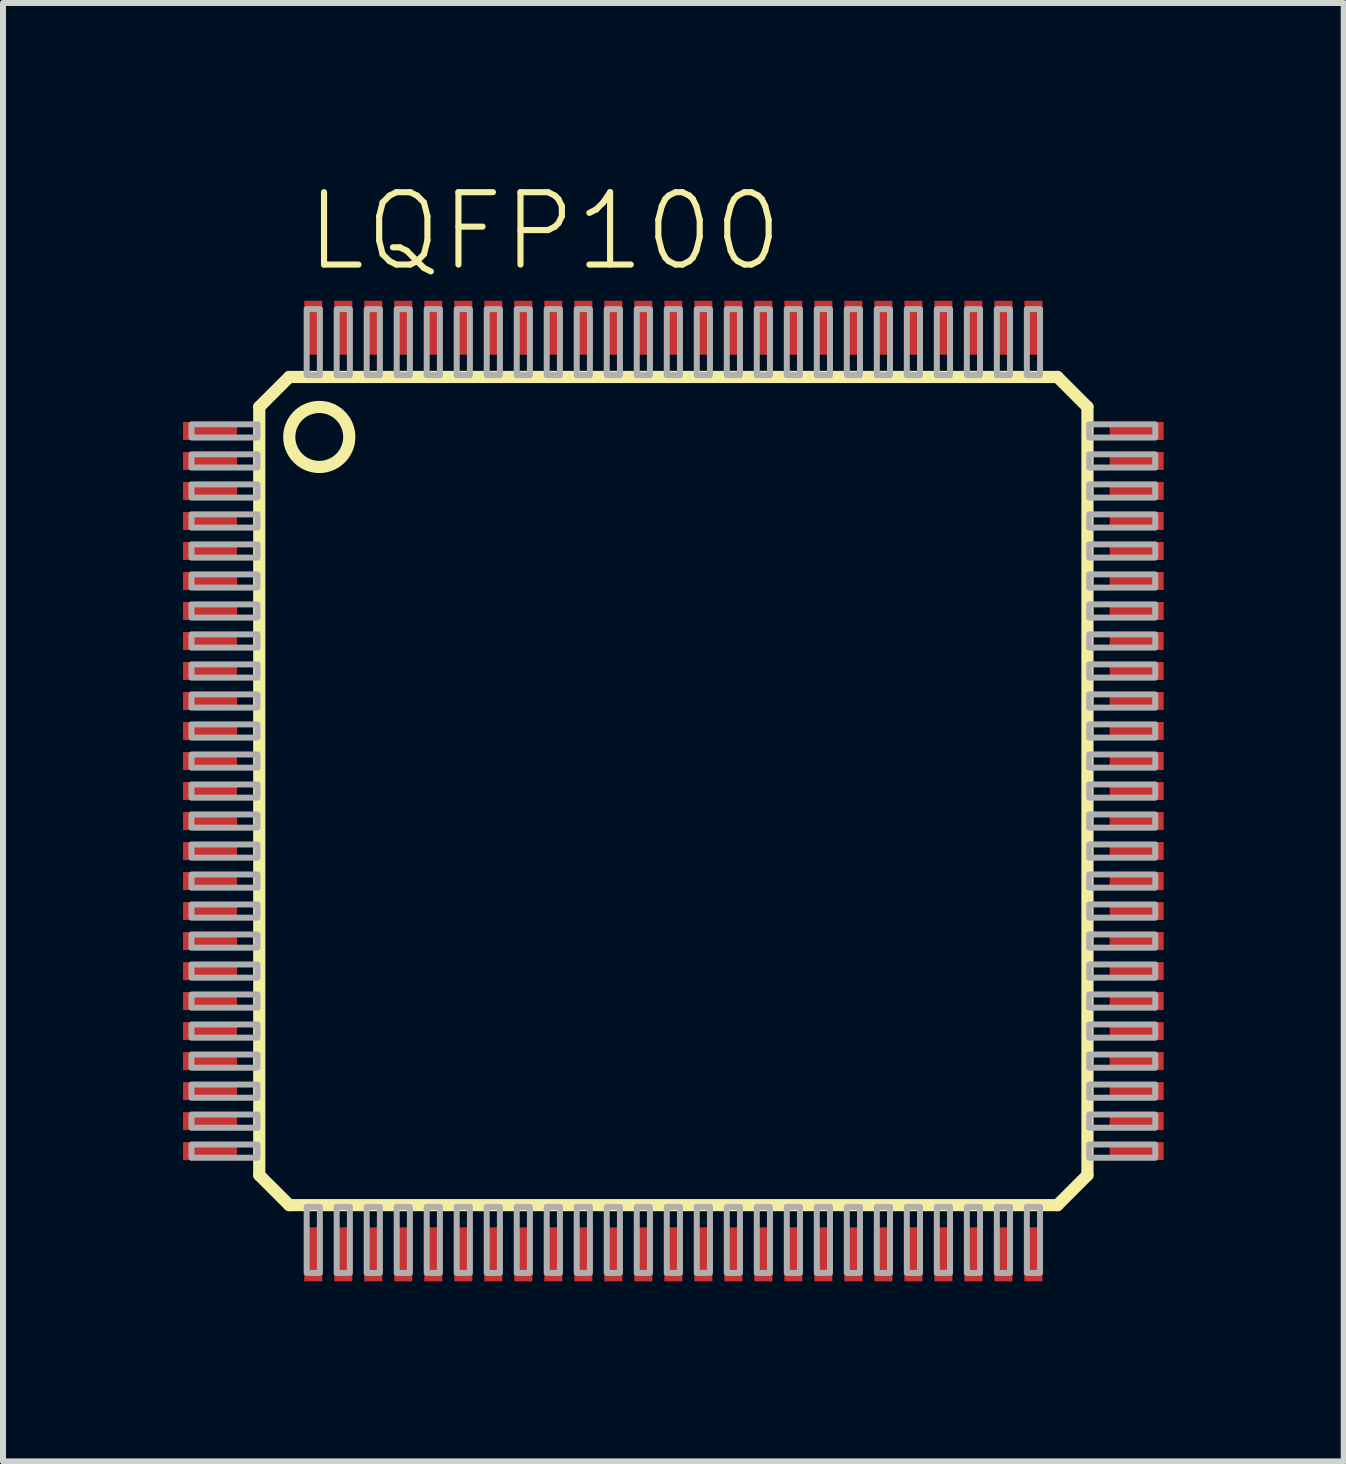
<source format=kicad_pcb>
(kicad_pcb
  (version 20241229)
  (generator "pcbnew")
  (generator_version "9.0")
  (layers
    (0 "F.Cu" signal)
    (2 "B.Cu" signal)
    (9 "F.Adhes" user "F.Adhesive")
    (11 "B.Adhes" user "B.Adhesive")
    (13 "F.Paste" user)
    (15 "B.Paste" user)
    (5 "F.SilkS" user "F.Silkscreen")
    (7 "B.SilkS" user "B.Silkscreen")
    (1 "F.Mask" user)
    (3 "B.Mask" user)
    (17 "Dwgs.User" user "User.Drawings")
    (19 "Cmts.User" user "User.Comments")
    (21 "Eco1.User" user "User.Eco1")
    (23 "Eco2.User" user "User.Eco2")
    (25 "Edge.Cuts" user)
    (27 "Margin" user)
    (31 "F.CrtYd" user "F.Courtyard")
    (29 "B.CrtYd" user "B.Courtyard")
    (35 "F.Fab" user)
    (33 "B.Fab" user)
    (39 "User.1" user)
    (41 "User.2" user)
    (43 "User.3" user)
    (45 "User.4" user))
  (footprint "LQFP100"
    (layer "F.Cu")
    (at 8.17 10.131)
    (property "Reference" "LQFP100" (at -6.175 -8.62 0) (layer "F.SilkS") (effects (font (size 1.206 1.206) (thickness 0.102)) (justify left bottom)))
    (attr through_hole)
    (fp_line (start -6.9 -6.4) (end -6.9 6.4) (stroke (width 0.203) (type solid)) (layer "F.SilkS"))
    (fp_line (start -6.4 -6.9) (end -6.9 -6.4) (stroke (width 0.203) (type solid)) (layer "F.SilkS"))
    (fp_line (start -6.4 6.9) (end -6.9 6.4) (stroke (width 0.203) (type solid)) (layer "F.SilkS"))
    (fp_line (start -6.4 6.9) (end 6.4 6.9) (stroke (width 0.203) (type solid)) (layer "F.SilkS"))
    (fp_line (start 6.4 -6.9) (end -6.4 -6.9) (stroke (width 0.203) (type solid)) (layer "F.SilkS"))
    (fp_line (start 6.4 -6.9) (end 6.9 -6.4) (stroke (width 0.203) (type solid)) (layer "F.SilkS"))
    (fp_line (start 6.4 6.9) (end 6.9 6.4) (stroke (width 0.203) (type solid)) (layer "F.SilkS"))
    (fp_line (start 6.9 6.4) (end 6.9 -6.4) (stroke (width 0.203) (type solid)) (layer "F.SilkS"))
    (fp_circle (center -5.9 -5.9) (end -5.4 -5.9) (stroke (width 0.203) (type solid)) (fill no) (layer "F.SilkS"))
    (fp_poly (pts (xy -8.03 -5.89) (xy -6.93 -5.89) (xy -6.93 -6.11) (xy -8.03 -6.11)) (stroke (width 0.1) (type solid)) (fill no) (layer "F.Fab"))
    (fp_poly (pts (xy -8.03 -5.39) (xy -6.93 -5.39) (xy -6.93 -5.61) (xy -8.03 -5.61)) (stroke (width 0.1) (type solid)) (fill no) (layer "F.Fab"))
    (fp_poly (pts (xy -8.03 -4.89) (xy -6.93 -4.89) (xy -6.93 -5.11) (xy -8.03 -5.11)) (stroke (width 0.1) (type solid)) (fill no) (layer "F.Fab"))
    (fp_poly (pts (xy -8.03 -4.39) (xy -6.93 -4.39) (xy -6.93 -4.61) (xy -8.03 -4.61)) (stroke (width 0.1) (type solid)) (fill no) (layer "F.Fab"))
    (fp_poly (pts (xy -8.03 -3.89) (xy -6.93 -3.89) (xy -6.93 -4.11) (xy -8.03 -4.11)) (stroke (width 0.1) (type solid)) (fill no) (layer "F.Fab"))
    (fp_poly (pts (xy -8.03 -3.39) (xy -6.93 -3.39) (xy -6.93 -3.61) (xy -8.03 -3.61)) (stroke (width 0.1) (type solid)) (fill no) (layer "F.Fab"))
    (fp_poly (pts (xy -8.03 -2.89) (xy -6.93 -2.89) (xy -6.93 -3.11) (xy -8.03 -3.11)) (stroke (width 0.1) (type solid)) (fill no) (layer "F.Fab"))
    (fp_poly (pts (xy -8.03 -2.39) (xy -6.93 -2.39) (xy -6.93 -2.61) (xy -8.03 -2.61)) (stroke (width 0.1) (type solid)) (fill no) (layer "F.Fab"))
    (fp_poly (pts (xy -8.03 -1.89) (xy -6.93 -1.89) (xy -6.93 -2.11) (xy -8.03 -2.11)) (stroke (width 0.1) (type solid)) (fill no) (layer "F.Fab"))
    (fp_poly (pts (xy -8.03 -1.39) (xy -6.93 -1.39) (xy -6.93 -1.61) (xy -8.03 -1.61)) (stroke (width 0.1) (type solid)) (fill no) (layer "F.Fab"))
    (fp_poly (pts (xy -8.03 -0.89) (xy -6.93 -0.89) (xy -6.93 -1.11) (xy -8.03 -1.11)) (stroke (width 0.1) (type solid)) (fill no) (layer "F.Fab"))
    (fp_poly (pts (xy -8.03 -0.39) (xy -6.93 -0.39) (xy -6.93 -0.61) (xy -8.03 -0.61)) (stroke (width 0.1) (type solid)) (fill no) (layer "F.Fab"))
    (fp_poly (pts (xy -8.03 0.11) (xy -6.93 0.11) (xy -6.93 -0.11) (xy -8.03 -0.11)) (stroke (width 0.1) (type solid)) (fill no) (layer "F.Fab"))
    (fp_poly (pts (xy -8.03 0.61) (xy -6.93 0.61) (xy -6.93 0.39) (xy -8.03 0.39)) (stroke (width 0.1) (type solid)) (fill no) (layer "F.Fab"))
    (fp_poly (pts (xy -8.03 1.11) (xy -6.93 1.11) (xy -6.93 0.89) (xy -8.03 0.89)) (stroke (width 0.1) (type solid)) (fill no) (layer "F.Fab"))
    (fp_poly (pts (xy -8.03 1.61) (xy -6.93 1.61) (xy -6.93 1.39) (xy -8.03 1.39)) (stroke (width 0.1) (type solid)) (fill no) (layer "F.Fab"))
    (fp_poly (pts (xy -8.03 2.11) (xy -6.93 2.11) (xy -6.93 1.89) (xy -8.03 1.89)) (stroke (width 0.1) (type solid)) (fill no) (layer "F.Fab"))
    (fp_poly (pts (xy -8.03 2.61) (xy -6.93 2.61) (xy -6.93 2.39) (xy -8.03 2.39)) (stroke (width 0.1) (type solid)) (fill no) (layer "F.Fab"))
    (fp_poly (pts (xy -8.03 3.11) (xy -6.93 3.11) (xy -6.93 2.89) (xy -8.03 2.89)) (stroke (width 0.1) (type solid)) (fill no) (layer "F.Fab"))
    (fp_poly (pts (xy -8.03 3.61) (xy -6.93 3.61) (xy -6.93 3.39) (xy -8.03 3.39)) (stroke (width 0.1) (type solid)) (fill no) (layer "F.Fab"))
    (fp_poly (pts (xy -8.03 4.11) (xy -6.93 4.11) (xy -6.93 3.89) (xy -8.03 3.89)) (stroke (width 0.1) (type solid)) (fill no) (layer "F.Fab"))
    (fp_poly (pts (xy -8.03 4.61) (xy -6.93 4.61) (xy -6.93 4.39) (xy -8.03 4.39)) (stroke (width 0.1) (type solid)) (fill no) (layer "F.Fab"))
    (fp_poly (pts (xy -8.03 5.11) (xy -6.93 5.11) (xy -6.93 4.89) (xy -8.03 4.89)) (stroke (width 0.1) (type solid)) (fill no) (layer "F.Fab"))
    (fp_poly (pts (xy -8.03 5.61) (xy -6.93 5.61) (xy -6.93 5.39) (xy -8.03 5.39)) (stroke (width 0.1) (type solid)) (fill no) (layer "F.Fab"))
    (fp_poly (pts (xy -8.03 6.11) (xy -6.93 6.11) (xy -6.93 5.89) (xy -8.03 5.89)) (stroke (width 0.1) (type solid)) (fill no) (layer "F.Fab"))
    (fp_poly (pts (xy -6.11 -6.93) (xy -5.89 -6.93) (xy -5.89 -8.03) (xy -6.11 -8.03)) (stroke (width 0.1) (type solid)) (fill no) (layer "F.Fab"))
    (fp_poly (pts (xy -6.11 8.03) (xy -5.89 8.03) (xy -5.89 6.93) (xy -6.11 6.93)) (stroke (width 0.1) (type solid)) (fill no) (layer "F.Fab"))
    (fp_poly (pts (xy -5.61 -6.93) (xy -5.39 -6.93) (xy -5.39 -8.03) (xy -5.61 -8.03)) (stroke (width 0.1) (type solid)) (fill no) (layer "F.Fab"))
    (fp_poly (pts (xy -5.61 8.03) (xy -5.39 8.03) (xy -5.39 6.93) (xy -5.61 6.93)) (stroke (width 0.1) (type solid)) (fill no) (layer "F.Fab"))
    (fp_poly (pts (xy -5.11 -6.93) (xy -4.89 -6.93) (xy -4.89 -8.03) (xy -5.11 -8.03)) (stroke (width 0.1) (type solid)) (fill no) (layer "F.Fab"))
    (fp_poly (pts (xy -5.11 8.03) (xy -4.89 8.03) (xy -4.89 6.93) (xy -5.11 6.93)) (stroke (width 0.1) (type solid)) (fill no) (layer "F.Fab"))
    (fp_poly (pts (xy -4.61 -6.93) (xy -4.39 -6.93) (xy -4.39 -8.03) (xy -4.61 -8.03)) (stroke (width 0.1) (type solid)) (fill no) (layer "F.Fab"))
    (fp_poly (pts (xy -4.61 8.03) (xy -4.39 8.03) (xy -4.39 6.93) (xy -4.61 6.93)) (stroke (width 0.1) (type solid)) (fill no) (layer "F.Fab"))
    (fp_poly (pts (xy -4.11 -6.93) (xy -3.89 -6.93) (xy -3.89 -8.03) (xy -4.11 -8.03)) (stroke (width 0.1) (type solid)) (fill no) (layer "F.Fab"))
    (fp_poly (pts (xy -4.11 8.03) (xy -3.89 8.03) (xy -3.89 6.93) (xy -4.11 6.93)) (stroke (width 0.1) (type solid)) (fill no) (layer "F.Fab"))
    (fp_poly (pts (xy -3.61 -6.93) (xy -3.39 -6.93) (xy -3.39 -8.03) (xy -3.61 -8.03)) (stroke (width 0.1) (type solid)) (fill no) (layer "F.Fab"))
    (fp_poly (pts (xy -3.61 8.03) (xy -3.39 8.03) (xy -3.39 6.93) (xy -3.61 6.93)) (stroke (width 0.1) (type solid)) (fill no) (layer "F.Fab"))
    (fp_poly (pts (xy -3.11 -6.93) (xy -2.89 -6.93) (xy -2.89 -8.03) (xy -3.11 -8.03)) (stroke (width 0.1) (type solid)) (fill no) (layer "F.Fab"))
    (fp_poly (pts (xy -3.11 8.03) (xy -2.89 8.03) (xy -2.89 6.93) (xy -3.11 6.93)) (stroke (width 0.1) (type solid)) (fill no) (layer "F.Fab"))
    (fp_poly (pts (xy -2.61 -6.93) (xy -2.39 -6.93) (xy -2.39 -8.03) (xy -2.61 -8.03)) (stroke (width 0.1) (type solid)) (fill no) (layer "F.Fab"))
    (fp_poly (pts (xy -2.61 8.03) (xy -2.39 8.03) (xy -2.39 6.93) (xy -2.61 6.93)) (stroke (width 0.1) (type solid)) (fill no) (layer "F.Fab"))
    (fp_poly (pts (xy -2.11 -6.93) (xy -1.89 -6.93) (xy -1.89 -8.03) (xy -2.11 -8.03)) (stroke (width 0.1) (type solid)) (fill no) (layer "F.Fab"))
    (fp_poly (pts (xy -2.11 8.03) (xy -1.89 8.03) (xy -1.89 6.93) (xy -2.11 6.93)) (stroke (width 0.1) (type solid)) (fill no) (layer "F.Fab"))
    (fp_poly (pts (xy -1.61 -6.93) (xy -1.39 -6.93) (xy -1.39 -8.03) (xy -1.61 -8.03)) (stroke (width 0.1) (type solid)) (fill no) (layer "F.Fab"))
    (fp_poly (pts (xy -1.61 8.03) (xy -1.39 8.03) (xy -1.39 6.93) (xy -1.61 6.93)) (stroke (width 0.1) (type solid)) (fill no) (layer "F.Fab"))
    (fp_poly (pts (xy -1.11 -6.93) (xy -0.89 -6.93) (xy -0.89 -8.03) (xy -1.11 -8.03)) (stroke (width 0.1) (type solid)) (fill no) (layer "F.Fab"))
    (fp_poly (pts (xy -1.11 8.03) (xy -0.89 8.03) (xy -0.89 6.93) (xy -1.11 6.93)) (stroke (width 0.1) (type solid)) (fill no) (layer "F.Fab"))
    (fp_poly (pts (xy -0.61 -6.93) (xy -0.39 -6.93) (xy -0.39 -8.03) (xy -0.61 -8.03)) (stroke (width 0.1) (type solid)) (fill no) (layer "F.Fab"))
    (fp_poly (pts (xy -0.61 8.03) (xy -0.39 8.03) (xy -0.39 6.93) (xy -0.61 6.93)) (stroke (width 0.1) (type solid)) (fill no) (layer "F.Fab"))
    (fp_poly (pts (xy -0.11 -6.93) (xy 0.11 -6.93) (xy 0.11 -8.03) (xy -0.11 -8.03)) (stroke (width 0.1) (type solid)) (fill no) (layer "F.Fab"))
    (fp_poly (pts (xy -0.11 8.03) (xy 0.11 8.03) (xy 0.11 6.93) (xy -0.11 6.93)) (stroke (width 0.1) (type solid)) (fill no) (layer "F.Fab"))
    (fp_poly (pts (xy 0.39 -6.93) (xy 0.61 -6.93) (xy 0.61 -8.03) (xy 0.39 -8.03)) (stroke (width 0.1) (type solid)) (fill no) (layer "F.Fab"))
    (fp_poly (pts (xy 0.39 8.03) (xy 0.61 8.03) (xy 0.61 6.93) (xy 0.39 6.93)) (stroke (width 0.1) (type solid)) (fill no) (layer "F.Fab"))
    (fp_poly (pts (xy 0.89 -6.93) (xy 1.11 -6.93) (xy 1.11 -8.03) (xy 0.89 -8.03)) (stroke (width 0.1) (type solid)) (fill no) (layer "F.Fab"))
    (fp_poly (pts (xy 0.89 8.03) (xy 1.11 8.03) (xy 1.11 6.93) (xy 0.89 6.93)) (stroke (width 0.1) (type solid)) (fill no) (layer "F.Fab"))
    (fp_poly (pts (xy 1.39 -6.93) (xy 1.61 -6.93) (xy 1.61 -8.03) (xy 1.39 -8.03)) (stroke (width 0.1) (type solid)) (fill no) (layer "F.Fab"))
    (fp_poly (pts (xy 1.39 8.03) (xy 1.61 8.03) (xy 1.61 6.93) (xy 1.39 6.93)) (stroke (width 0.1) (type solid)) (fill no) (layer "F.Fab"))
    (fp_poly (pts (xy 1.89 -6.93) (xy 2.11 -6.93) (xy 2.11 -8.03) (xy 1.89 -8.03)) (stroke (width 0.1) (type solid)) (fill no) (layer "F.Fab"))
    (fp_poly (pts (xy 1.89 8.03) (xy 2.11 8.03) (xy 2.11 6.93) (xy 1.89 6.93)) (stroke (width 0.1) (type solid)) (fill no) (layer "F.Fab"))
    (fp_poly (pts (xy 2.39 -6.93) (xy 2.61 -6.93) (xy 2.61 -8.03) (xy 2.39 -8.03)) (stroke (width 0.1) (type solid)) (fill no) (layer "F.Fab"))
    (fp_poly (pts (xy 2.39 8.03) (xy 2.61 8.03) (xy 2.61 6.93) (xy 2.39 6.93)) (stroke (width 0.1) (type solid)) (fill no) (layer "F.Fab"))
    (fp_poly (pts (xy 2.89 -6.93) (xy 3.11 -6.93) (xy 3.11 -8.03) (xy 2.89 -8.03)) (stroke (width 0.1) (type solid)) (fill no) (layer "F.Fab"))
    (fp_poly (pts (xy 2.89 8.03) (xy 3.11 8.03) (xy 3.11 6.93) (xy 2.89 6.93)) (stroke (width 0.1) (type solid)) (fill no) (layer "F.Fab"))
    (fp_poly (pts (xy 3.39 -6.93) (xy 3.61 -6.93) (xy 3.61 -8.03) (xy 3.39 -8.03)) (stroke (width 0.1) (type solid)) (fill no) (layer "F.Fab"))
    (fp_poly (pts (xy 3.39 8.03) (xy 3.61 8.03) (xy 3.61 6.93) (xy 3.39 6.93)) (stroke (width 0.1) (type solid)) (fill no) (layer "F.Fab"))
    (fp_poly (pts (xy 3.89 -6.93) (xy 4.11 -6.93) (xy 4.11 -8.03) (xy 3.89 -8.03)) (stroke (width 0.1) (type solid)) (fill no) (layer "F.Fab"))
    (fp_poly (pts (xy 3.89 8.03) (xy 4.11 8.03) (xy 4.11 6.93) (xy 3.89 6.93)) (stroke (width 0.1) (type solid)) (fill no) (layer "F.Fab"))
    (fp_poly (pts (xy 4.39 -6.93) (xy 4.61 -6.93) (xy 4.61 -8.03) (xy 4.39 -8.03)) (stroke (width 0.1) (type solid)) (fill no) (layer "F.Fab"))
    (fp_poly (pts (xy 4.39 8.03) (xy 4.61 8.03) (xy 4.61 6.93) (xy 4.39 6.93)) (stroke (width 0.1) (type solid)) (fill no) (layer "F.Fab"))
    (fp_poly (pts (xy 4.89 -6.93) (xy 5.11 -6.93) (xy 5.11 -8.03) (xy 4.89 -8.03)) (stroke (width 0.1) (type solid)) (fill no) (layer "F.Fab"))
    (fp_poly (pts (xy 4.89 8.03) (xy 5.11 8.03) (xy 5.11 6.93) (xy 4.89 6.93)) (stroke (width 0.1) (type solid)) (fill no) (layer "F.Fab"))
    (fp_poly (pts (xy 5.39 -6.93) (xy 5.61 -6.93) (xy 5.61 -8.03) (xy 5.39 -8.03)) (stroke (width 0.1) (type solid)) (fill no) (layer "F.Fab"))
    (fp_poly (pts (xy 5.39 8.03) (xy 5.61 8.03) (xy 5.61 6.93) (xy 5.39 6.93)) (stroke (width 0.1) (type solid)) (fill no) (layer "F.Fab"))
    (fp_poly (pts (xy 5.89 -6.93) (xy 6.11 -6.93) (xy 6.11 -8.03) (xy 5.89 -8.03)) (stroke (width 0.1) (type solid)) (fill no) (layer "F.Fab"))
    (fp_poly (pts (xy 5.89 8.03) (xy 6.11 8.03) (xy 6.11 6.93) (xy 5.89 6.93)) (stroke (width 0.1) (type solid)) (fill no) (layer "F.Fab"))
    (fp_poly (pts (xy 6.93 -5.89) (xy 8.03 -5.89) (xy 8.03 -6.11) (xy 6.93 -6.11)) (stroke (width 0.1) (type solid)) (fill no) (layer "F.Fab"))
    (fp_poly (pts (xy 6.93 -5.39) (xy 8.03 -5.39) (xy 8.03 -5.61) (xy 6.93 -5.61)) (stroke (width 0.1) (type solid)) (fill no) (layer "F.Fab"))
    (fp_poly (pts (xy 6.93 -4.89) (xy 8.03 -4.89) (xy 8.03 -5.11) (xy 6.93 -5.11)) (stroke (width 0.1) (type solid)) (fill no) (layer "F.Fab"))
    (fp_poly (pts (xy 6.93 -4.39) (xy 8.03 -4.39) (xy 8.03 -4.61) (xy 6.93 -4.61)) (stroke (width 0.1) (type solid)) (fill no) (layer "F.Fab"))
    (fp_poly (pts (xy 6.93 -3.89) (xy 8.03 -3.89) (xy 8.03 -4.11) (xy 6.93 -4.11)) (stroke (width 0.1) (type solid)) (fill no) (layer "F.Fab"))
    (fp_poly (pts (xy 6.93 -3.39) (xy 8.03 -3.39) (xy 8.03 -3.61) (xy 6.93 -3.61)) (stroke (width 0.1) (type solid)) (fill no) (layer "F.Fab"))
    (fp_poly (pts (xy 6.93 -2.89) (xy 8.03 -2.89) (xy 8.03 -3.11) (xy 6.93 -3.11)) (stroke (width 0.1) (type solid)) (fill no) (layer "F.Fab"))
    (fp_poly (pts (xy 6.93 -2.39) (xy 8.03 -2.39) (xy 8.03 -2.61) (xy 6.93 -2.61)) (stroke (width 0.1) (type solid)) (fill no) (layer "F.Fab"))
    (fp_poly (pts (xy 6.93 -1.89) (xy 8.03 -1.89) (xy 8.03 -2.11) (xy 6.93 -2.11)) (stroke (width 0.1) (type solid)) (fill no) (layer "F.Fab"))
    (fp_poly (pts (xy 6.93 -1.39) (xy 8.03 -1.39) (xy 8.03 -1.61) (xy 6.93 -1.61)) (stroke (width 0.1) (type solid)) (fill no) (layer "F.Fab"))
    (fp_poly (pts (xy 6.93 -0.89) (xy 8.03 -0.89) (xy 8.03 -1.11) (xy 6.93 -1.11)) (stroke (width 0.1) (type solid)) (fill no) (layer "F.Fab"))
    (fp_poly (pts (xy 6.93 -0.39) (xy 8.03 -0.39) (xy 8.03 -0.61) (xy 6.93 -0.61)) (stroke (width 0.1) (type solid)) (fill no) (layer "F.Fab"))
    (fp_poly (pts (xy 6.93 0.11) (xy 8.03 0.11) (xy 8.03 -0.11) (xy 6.93 -0.11)) (stroke (width 0.1) (type solid)) (fill no) (layer "F.Fab"))
    (fp_poly (pts (xy 6.93 0.61) (xy 8.03 0.61) (xy 8.03 0.39) (xy 6.93 0.39)) (stroke (width 0.1) (type solid)) (fill no) (layer "F.Fab"))
    (fp_poly (pts (xy 6.93 1.11) (xy 8.03 1.11) (xy 8.03 0.89) (xy 6.93 0.89)) (stroke (width 0.1) (type solid)) (fill no) (layer "F.Fab"))
    (fp_poly (pts (xy 6.93 1.61) (xy 8.03 1.61) (xy 8.03 1.39) (xy 6.93 1.39)) (stroke (width 0.1) (type solid)) (fill no) (layer "F.Fab"))
    (fp_poly (pts (xy 6.93 2.11) (xy 8.03 2.11) (xy 8.03 1.89) (xy 6.93 1.89)) (stroke (width 0.1) (type solid)) (fill no) (layer "F.Fab"))
    (fp_poly (pts (xy 6.93 2.61) (xy 8.03 2.61) (xy 8.03 2.39) (xy 6.93 2.39)) (stroke (width 0.1) (type solid)) (fill no) (layer "F.Fab"))
    (fp_poly (pts (xy 6.93 3.11) (xy 8.03 3.11) (xy 8.03 2.89) (xy 6.93 2.89)) (stroke (width 0.1) (type solid)) (fill no) (layer "F.Fab"))
    (fp_poly (pts (xy 6.93 3.61) (xy 8.03 3.61) (xy 8.03 3.39) (xy 6.93 3.39)) (stroke (width 0.1) (type solid)) (fill no) (layer "F.Fab"))
    (fp_poly (pts (xy 6.93 4.11) (xy 8.03 4.11) (xy 8.03 3.89) (xy 6.93 3.89)) (stroke (width 0.1) (type solid)) (fill no) (layer "F.Fab"))
    (fp_poly (pts (xy 6.93 4.61) (xy 8.03 4.61) (xy 8.03 4.39) (xy 6.93 4.39)) (stroke (width 0.1) (type solid)) (fill no) (layer "F.Fab"))
    (fp_poly (pts (xy 6.93 5.11) (xy 8.03 5.11) (xy 8.03 4.89) (xy 6.93 4.89)) (stroke (width 0.1) (type solid)) (fill no) (layer "F.Fab"))
    (fp_poly (pts (xy 6.93 5.61) (xy 8.03 5.61) (xy 8.03 5.39) (xy 6.93 5.39)) (stroke (width 0.1) (type solid)) (fill no) (layer "F.Fab"))
    (fp_poly (pts (xy 6.93 6.11) (xy 8.03 6.11) (xy 8.03 5.89) (xy 6.93 5.89)) (stroke (width 0.1) (type solid)) (fill no) (layer "F.Fab"))
    (pad "1" smd rect (at -7.72 -6) (size 0.9 0.3) (layers "F.Cu" "F.Mask" "F.Paste"))
    (pad "2" smd rect (at -7.72 -5.5) (size 0.9 0.3) (layers "F.Cu" "F.Mask" "F.Paste"))
    (pad "3" smd rect (at -7.72 -5) (size 0.9 0.3) (layers "F.Cu" "F.Mask" "F.Paste"))
    (pad "4" smd rect (at -7.72 -4.5) (size 0.9 0.3) (layers "F.Cu" "F.Mask" "F.Paste"))
    (pad "5" smd rect (at -7.72 -4) (size 0.9 0.3) (layers "F.Cu" "F.Mask" "F.Paste"))
    (pad "6" smd rect (at -7.72 -3.5) (size 0.9 0.3) (layers "F.Cu" "F.Mask" "F.Paste"))
    (pad "7" smd rect (at -7.72 -3) (size 0.9 0.3) (layers "F.Cu" "F.Mask" "F.Paste"))
    (pad "8" smd rect (at -7.72 -2.5) (size 0.9 0.3) (layers "F.Cu" "F.Mask" "F.Paste"))
    (pad "9" smd rect (at -7.72 -2) (size 0.9 0.3) (layers "F.Cu" "F.Mask" "F.Paste"))
    (pad "10" smd rect (at -7.72 -1.5) (size 0.9 0.3) (layers "F.Cu" "F.Mask" "F.Paste"))
    (pad "11" smd rect (at -7.72 -1) (size 0.9 0.3) (layers "F.Cu" "F.Mask" "F.Paste"))
    (pad "12" smd rect (at -7.72 -0.5) (size 0.9 0.3) (layers "F.Cu" "F.Mask" "F.Paste"))
    (pad "13" smd rect (at -7.72 0) (size 0.9 0.3) (layers "F.Cu" "F.Mask" "F.Paste"))
    (pad "14" smd rect (at -7.72 0.5) (size 0.9 0.3) (layers "F.Cu" "F.Mask" "F.Paste"))
    (pad "15" smd rect (at -7.72 1) (size 0.9 0.3) (layers "F.Cu" "F.Mask" "F.Paste"))
    (pad "16" smd rect (at -7.72 1.5) (size 0.9 0.3) (layers "F.Cu" "F.Mask" "F.Paste"))
    (pad "17" smd rect (at -7.72 2) (size 0.9 0.3) (layers "F.Cu" "F.Mask" "F.Paste"))
    (pad "18" smd rect (at -7.72 2.5) (size 0.9 0.3) (layers "F.Cu" "F.Mask" "F.Paste"))
    (pad "19" smd rect (at -7.72 3) (size 0.9 0.3) (layers "F.Cu" "F.Mask" "F.Paste"))
    (pad "20" smd rect (at -7.72 3.5) (size 0.9 0.3) (layers "F.Cu" "F.Mask" "F.Paste"))
    (pad "21" smd rect (at -7.72 4) (size 0.9 0.3) (layers "F.Cu" "F.Mask" "F.Paste"))
    (pad "22" smd rect (at -7.72 4.5) (size 0.9 0.3) (layers "F.Cu" "F.Mask" "F.Paste"))
    (pad "23" smd rect (at -7.72 5) (size 0.9 0.3) (layers "F.Cu" "F.Mask" "F.Paste"))
    (pad "24" smd rect (at -7.72 5.5) (size 0.9 0.3) (layers "F.Cu" "F.Mask" "F.Paste"))
    (pad "25" smd rect (at -7.72 6) (size 0.9 0.3) (layers "F.Cu" "F.Mask" "F.Paste"))
    (pad "26" smd rect (at -6 7.72) (size 0.3 0.9) (layers "F.Cu" "F.Mask" "F.Paste"))
    (pad "27" smd rect (at -5.5 7.72) (size 0.3 0.9) (layers "F.Cu" "F.Mask" "F.Paste"))
    (pad "28" smd rect (at -5 7.72) (size 0.3 0.9) (layers "F.Cu" "F.Mask" "F.Paste"))
    (pad "29" smd rect (at -4.5 7.72) (size 0.3 0.9) (layers "F.Cu" "F.Mask" "F.Paste"))
    (pad "30" smd rect (at -4 7.72) (size 0.3 0.9) (layers "F.Cu" "F.Mask" "F.Paste"))
    (pad "31" smd rect (at -3.5 7.72) (size 0.3 0.9) (layers "F.Cu" "F.Mask" "F.Paste"))
    (pad "32" smd rect (at -3 7.72) (size 0.3 0.9) (layers "F.Cu" "F.Mask" "F.Paste"))
    (pad "33" smd rect (at -2.5 7.72) (size 0.3 0.9) (layers "F.Cu" "F.Mask" "F.Paste"))
    (pad "34" smd rect (at -2 7.72) (size 0.3 0.9) (layers "F.Cu" "F.Mask" "F.Paste"))
    (pad "35" smd rect (at -1.5 7.72) (size 0.3 0.9) (layers "F.Cu" "F.Mask" "F.Paste"))
    (pad "36" smd rect (at -1 7.72) (size 0.3 0.9) (layers "F.Cu" "F.Mask" "F.Paste"))
    (pad "37" smd rect (at -0.5 7.72) (size 0.3 0.9) (layers "F.Cu" "F.Mask" "F.Paste"))
    (pad "38" smd rect (at 0 7.72) (size 0.3 0.9) (layers "F.Cu" "F.Mask" "F.Paste"))
    (pad "39" smd rect (at 0.5 7.72) (size 0.3 0.9) (layers "F.Cu" "F.Mask" "F.Paste"))
    (pad "40" smd rect (at 1 7.72) (size 0.3 0.9) (layers "F.Cu" "F.Mask" "F.Paste"))
    (pad "41" smd rect (at 1.5 7.72) (size 0.3 0.9) (layers "F.Cu" "F.Mask" "F.Paste"))
    (pad "42" smd rect (at 2 7.72) (size 0.3 0.9) (layers "F.Cu" "F.Mask" "F.Paste"))
    (pad "43" smd rect (at 2.5 7.72) (size 0.3 0.9) (layers "F.Cu" "F.Mask" "F.Paste"))
    (pad "44" smd rect (at 3 7.72) (size 0.3 0.9) (layers "F.Cu" "F.Mask" "F.Paste"))
    (pad "45" smd rect (at 3.5 7.72) (size 0.3 0.9) (layers "F.Cu" "F.Mask" "F.Paste"))
    (pad "46" smd rect (at 4 7.72) (size 0.3 0.9) (layers "F.Cu" "F.Mask" "F.Paste"))
    (pad "47" smd rect (at 4.5 7.72) (size 0.3 0.9) (layers "F.Cu" "F.Mask" "F.Paste"))
    (pad "48" smd rect (at 5 7.72) (size 0.3 0.9) (layers "F.Cu" "F.Mask" "F.Paste"))
    (pad "49" smd rect (at 5.5 7.72) (size 0.3 0.9) (layers "F.Cu" "F.Mask" "F.Paste"))
    (pad "50" smd rect (at 6 7.72) (size 0.3 0.9) (layers "F.Cu" "F.Mask" "F.Paste"))
    (pad "51" smd rect (at 7.72 6) (size 0.9 0.3) (layers "F.Cu" "F.Mask" "F.Paste"))
    (pad "52" smd rect (at 7.72 5.5) (size 0.9 0.3) (layers "F.Cu" "F.Mask" "F.Paste"))
    (pad "53" smd rect (at 7.72 5) (size 0.9 0.3) (layers "F.Cu" "F.Mask" "F.Paste"))
    (pad "54" smd rect (at 7.72 4.5) (size 0.9 0.3) (layers "F.Cu" "F.Mask" "F.Paste"))
    (pad "55" smd rect (at 7.72 4) (size 0.9 0.3) (layers "F.Cu" "F.Mask" "F.Paste"))
    (pad "56" smd rect (at 7.72 3.5) (size 0.9 0.3) (layers "F.Cu" "F.Mask" "F.Paste"))
    (pad "57" smd rect (at 7.72 3) (size 0.9 0.3) (layers "F.Cu" "F.Mask" "F.Paste"))
    (pad "58" smd rect (at 7.72 2.5) (size 0.9 0.3) (layers "F.Cu" "F.Mask" "F.Paste"))
    (pad "59" smd rect (at 7.72 2) (size 0.9 0.3) (layers "F.Cu" "F.Mask" "F.Paste"))
    (pad "60" smd rect (at 7.72 1.5) (size 0.9 0.3) (layers "F.Cu" "F.Mask" "F.Paste"))
    (pad "61" smd rect (at 7.72 1) (size 0.9 0.3) (layers "F.Cu" "F.Mask" "F.Paste"))
    (pad "62" smd rect (at 7.72 0.5) (size 0.9 0.3) (layers "F.Cu" "F.Mask" "F.Paste"))
    (pad "63" smd rect (at 7.72 0) (size 0.9 0.3) (layers "F.Cu" "F.Mask" "F.Paste"))
    (pad "64" smd rect (at 7.72 -0.5) (size 0.9 0.3) (layers "F.Cu" "F.Mask" "F.Paste"))
    (pad "65" smd rect (at 7.72 -1) (size 0.9 0.3) (layers "F.Cu" "F.Mask" "F.Paste"))
    (pad "66" smd rect (at 7.72 -1.5) (size 0.9 0.3) (layers "F.Cu" "F.Mask" "F.Paste"))
    (pad "67" smd rect (at 7.72 -2) (size 0.9 0.3) (layers "F.Cu" "F.Mask" "F.Paste"))
    (pad "68" smd rect (at 7.72 -2.5) (size 0.9 0.3) (layers "F.Cu" "F.Mask" "F.Paste"))
    (pad "69" smd rect (at 7.72 -3) (size 0.9 0.3) (layers "F.Cu" "F.Mask" "F.Paste"))
    (pad "70" smd rect (at 7.72 -3.5) (size 0.9 0.3) (layers "F.Cu" "F.Mask" "F.Paste"))
    (pad "71" smd rect (at 7.72 -4) (size 0.9 0.3) (layers "F.Cu" "F.Mask" "F.Paste"))
    (pad "72" smd rect (at 7.72 -4.5) (size 0.9 0.3) (layers "F.Cu" "F.Mask" "F.Paste"))
    (pad "73" smd rect (at 7.72 -5) (size 0.9 0.3) (layers "F.Cu" "F.Mask" "F.Paste"))
    (pad "74" smd rect (at 7.72 -5.5) (size 0.9 0.3) (layers "F.Cu" "F.Mask" "F.Paste"))
    (pad "75" smd rect (at 7.72 -6) (size 0.9 0.3) (layers "F.Cu" "F.Mask" "F.Paste"))
    (pad "76" smd rect (at 6 -7.72) (size 0.3 0.9) (layers "F.Cu" "F.Mask" "F.Paste"))
    (pad "77" smd rect (at 5.5 -7.72) (size 0.3 0.9) (layers "F.Cu" "F.Mask" "F.Paste"))
    (pad "78" smd rect (at 5 -7.72) (size 0.3 0.9) (layers "F.Cu" "F.Mask" "F.Paste"))
    (pad "79" smd rect (at 4.5 -7.72) (size 0.3 0.9) (layers "F.Cu" "F.Mask" "F.Paste"))
    (pad "80" smd rect (at 4 -7.72) (size 0.3 0.9) (layers "F.Cu" "F.Mask" "F.Paste"))
    (pad "81" smd rect (at 3.5 -7.72) (size 0.3 0.9) (layers "F.Cu" "F.Mask" "F.Paste"))
    (pad "82" smd rect (at 3 -7.72) (size 0.3 0.9) (layers "F.Cu" "F.Mask" "F.Paste"))
    (pad "83" smd rect (at 2.5 -7.72) (size 0.3 0.9) (layers "F.Cu" "F.Mask" "F.Paste"))
    (pad "84" smd rect (at 2 -7.72) (size 0.3 0.9) (layers "F.Cu" "F.Mask" "F.Paste"))
    (pad "85" smd rect (at 1.5 -7.72) (size 0.3 0.9) (layers "F.Cu" "F.Mask" "F.Paste"))
    (pad "86" smd rect (at 1 -7.72) (size 0.3 0.9) (layers "F.Cu" "F.Mask" "F.Paste"))
    (pad "87" smd rect (at 0.5 -7.72) (size 0.3 0.9) (layers "F.Cu" "F.Mask" "F.Paste"))
    (pad "88" smd rect (at 0 -7.72) (size 0.3 0.9) (layers "F.Cu" "F.Mask" "F.Paste"))
    (pad "89" smd rect (at -0.5 -7.72) (size 0.3 0.9) (layers "F.Cu" "F.Mask" "F.Paste"))
    (pad "90" smd rect (at -1 -7.72) (size 0.3 0.9) (layers "F.Cu" "F.Mask" "F.Paste"))
    (pad "91" smd rect (at -1.5 -7.72) (size 0.3 0.9) (layers "F.Cu" "F.Mask" "F.Paste"))
    (pad "92" smd rect (at -2 -7.72) (size 0.3 0.9) (layers "F.Cu" "F.Mask" "F.Paste"))
    (pad "93" smd rect (at -2.5 -7.72) (size 0.3 0.9) (layers "F.Cu" "F.Mask" "F.Paste"))
    (pad "94" smd rect (at -3 -7.72) (size 0.3 0.9) (layers "F.Cu" "F.Mask" "F.Paste"))
    (pad "95" smd rect (at -3.5 -7.72) (size 0.3 0.9) (layers "F.Cu" "F.Mask" "F.Paste"))
    (pad "96" smd rect (at -4 -7.72) (size 0.3 0.9) (layers "F.Cu" "F.Mask" "F.Paste"))
    (pad "97" smd rect (at -4.5 -7.72) (size 0.3 0.9) (layers "F.Cu" "F.Mask" "F.Paste"))
    (pad "98" smd rect (at -5 -7.72) (size 0.3 0.9) (layers "F.Cu" "F.Mask" "F.Paste"))
    (pad "99" smd rect (at -5.5 -7.72) (size 0.3 0.9) (layers "F.Cu" "F.Mask" "F.Paste"))
    (pad "100" smd rect (at -6 -7.72) (size 0.3 0.9) (layers "F.Cu" "F.Mask" "F.Paste")))
  (gr_rect
    (start -3 -3)
    (end 19.34 21.301)
    (stroke (width 0.1) (type default))
    (fill no)
    (layer "Edge.Cuts")))
</source>
